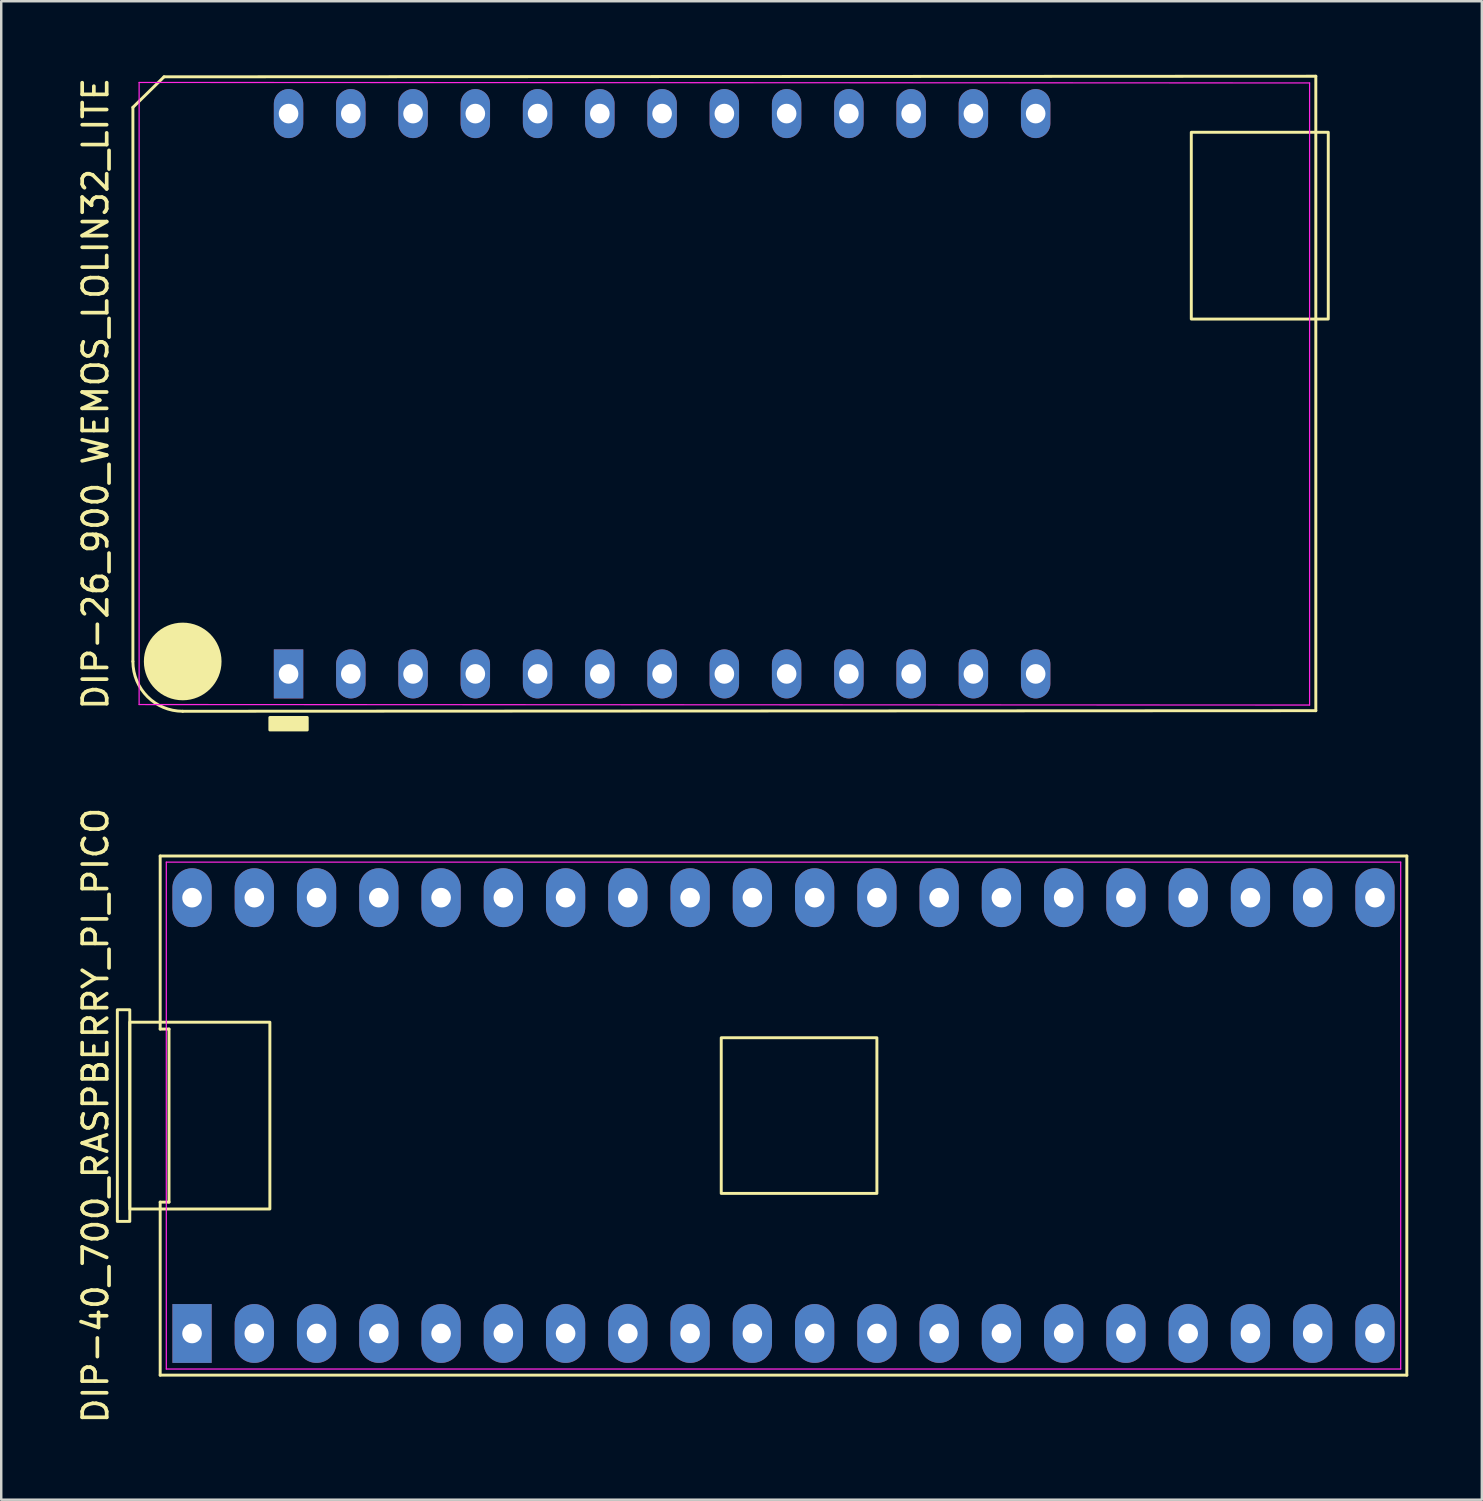
<source format=kicad_pcb>
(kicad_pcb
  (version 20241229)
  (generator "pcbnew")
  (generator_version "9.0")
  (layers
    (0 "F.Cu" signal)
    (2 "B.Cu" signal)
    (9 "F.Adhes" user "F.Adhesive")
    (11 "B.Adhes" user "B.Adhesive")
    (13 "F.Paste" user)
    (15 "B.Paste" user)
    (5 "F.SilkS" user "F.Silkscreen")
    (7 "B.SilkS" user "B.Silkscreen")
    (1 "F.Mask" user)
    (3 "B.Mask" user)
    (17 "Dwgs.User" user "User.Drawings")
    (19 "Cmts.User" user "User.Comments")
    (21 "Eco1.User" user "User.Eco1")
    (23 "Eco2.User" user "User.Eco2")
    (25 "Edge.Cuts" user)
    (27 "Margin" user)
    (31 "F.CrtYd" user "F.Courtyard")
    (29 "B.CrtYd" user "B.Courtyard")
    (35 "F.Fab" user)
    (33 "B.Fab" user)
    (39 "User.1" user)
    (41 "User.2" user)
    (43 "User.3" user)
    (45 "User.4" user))
  (footprint "DIP-26_900_WEMOS_LOLIN32_LITE"
    (layer "F.Cu")
    (at 23.962 13.014)
    (property "Reference" "DIP-26_900_WEMOS_LOLIN32_LITE" (at -23.114 0 90) (layer "F.SilkS") (effects (font (size 1 1) (thickness 0.15))))
    (attr through_hole)
    (fp_line (start -21.59 -11.684) (end -21.59 10.922) (stroke (width 0.12) (type default)) (layer "F.SilkS"))
    (fp_line (start -21.59 -11.684) (end -20.32 -12.93) (stroke (width 0.12) (type default)) (layer "F.SilkS"))
    (fp_line (start -19.558 12.954) (end 26.67 12.93) (stroke (width 0.12) (type default)) (layer "F.SilkS"))
    (fp_line (start 26.67 -12.954) (end -20.32 -12.93) (stroke (width 0.12) (type default)) (layer "F.SilkS"))
    (fp_line (start 26.67 12.93) (end 26.67 -12.954) (stroke (width 0.12) (type default)) (layer "F.SilkS"))
    (fp_rect (start -16.002 13.208) (end -14.478 13.716) (stroke (width 0.12) (type solid)) (fill yes) (layer "F.SilkS"))
    (fp_rect (start 27.178 -10.668) (end 21.59 -3.048) (stroke (width 0.12) (type default)) (fill no) (layer "F.SilkS"))
    (fp_arc (start -19.558 12.954) (mid -20.994841 12.358841) (end -21.59 10.922) (stroke (width 0.12) (type default)) (layer "F.SilkS"))
    (fp_circle (center -19.558 10.922) (end -18.034 10.922) (stroke (width 0.12) (type solid)) (fill yes) (layer "F.SilkS"))
    (fp_line (start -21.336 -12.7) (end 26.416 -12.68) (stroke (width 0.05) (type default)) (layer "F.CrtYd"))
    (fp_line (start -21.336 12.68) (end -21.336 -12.7) (stroke (width 0.05) (type default)) (layer "F.CrtYd"))
    (fp_line (start 26.416 -12.68) (end 26.416 12.7) (stroke (width 0.05) (type default)) (layer "F.CrtYd"))
    (fp_line (start 26.416 12.7) (end -21.336 12.68) (stroke (width 0.05) (type default)) (layer "F.CrtYd"))
    (pad "1" thru_hole rect (at -15.24 11.43) (size 1.2 2) (drill 0.8) (layers "*.Cu" "*.Mask"))
    (pad "2" thru_hole oval (at -12.7 11.43) (size 1.2 2) (drill 0.8) (layers "*.Cu" "*.Mask"))
    (pad "3" thru_hole oval (at -10.16 11.43) (size 1.2 2) (drill 0.8) (layers "*.Cu" "*.Mask"))
    (pad "4" thru_hole oval (at -7.62 11.43) (size 1.2 2) (drill 0.8) (layers "*.Cu" "*.Mask"))
    (pad "5" thru_hole oval (at -5.08 11.43) (size 1.2 2) (drill 0.8) (layers "*.Cu" "*.Mask"))
    (pad "6" thru_hole oval (at -2.54 11.43) (size 1.2 2) (drill 0.8) (layers "*.Cu" "*.Mask"))
    (pad "7" thru_hole oval (at 0 11.43) (size 1.2 2) (drill 0.8) (layers "*.Cu" "*.Mask"))
    (pad "8" thru_hole oval (at 2.54 11.43) (size 1.2 2) (drill 0.8) (layers "*.Cu" "*.Mask"))
    (pad "9" thru_hole oval (at 5.08 11.43) (size 1.2 2) (drill 0.8) (layers "*.Cu" "*.Mask"))
    (pad "10" thru_hole oval (at 7.62 11.43) (size 1.2 2) (drill 0.8) (layers "*.Cu" "*.Mask"))
    (pad "11" thru_hole oval (at 10.16 11.43) (size 1.2 2) (drill 0.8) (layers "*.Cu" "*.Mask"))
    (pad "12" thru_hole oval (at 12.7 11.43) (size 1.2 2) (drill 0.8) (layers "*.Cu" "*.Mask"))
    (pad "13" thru_hole oval (at 15.24 11.43) (size 1.2 2) (drill 0.8) (layers "*.Cu" "*.Mask"))
    (pad "14" thru_hole oval (at 15.24 -11.43) (size 1.2 2) (drill 0.8) (layers "*.Cu" "*.Mask"))
    (pad "15" thru_hole oval (at 12.7 -11.43) (size 1.2 2) (drill 0.8) (layers "*.Cu" "*.Mask"))
    (pad "16" thru_hole oval (at 10.16 -11.43) (size 1.2 2) (drill 0.8) (layers "*.Cu" "*.Mask"))
    (pad "17" thru_hole oval (at 7.62 -11.43) (size 1.2 2) (drill 0.8) (layers "*.Cu" "*.Mask"))
    (pad "18" thru_hole oval (at 5.08 -11.43) (size 1.2 2) (drill 0.8) (layers "*.Cu" "*.Mask"))
    (pad "19" thru_hole oval (at 2.54 -11.43) (size 1.2 2) (drill 0.8) (layers "*.Cu" "*.Mask"))
    (pad "20" thru_hole oval (at 0 -11.43) (size 1.2 2) (drill 0.8) (layers "*.Cu" "*.Mask"))
    (pad "21" thru_hole oval (at -2.54 -11.43) (size 1.2 2) (drill 0.8) (layers "*.Cu" "*.Mask"))
    (pad "22" thru_hole oval (at -5.08 -11.43) (size 1.2 2) (drill 0.8) (layers "*.Cu" "*.Mask"))
    (pad "23" thru_hole oval (at -7.62 -11.43) (size 1.2 2) (drill 0.8) (layers "*.Cu" "*.Mask"))
    (pad "24" thru_hole oval (at -10.16 -11.43) (size 1.2 2) (drill 0.8) (layers "*.Cu" "*.Mask"))
    (pad "25" thru_hole oval (at -12.7 -11.43) (size 1.2 2) (drill 0.8) (layers "*.Cu" "*.Mask"))
    (pad "26" thru_hole oval (at -15.24 -11.43) (size 1.2 2) (drill 0.8) (layers "*.Cu" "*.Mask")))
  (footprint "DIP-40_700_RASPBERRY_PI_PICO"
    (layer "F.Cu")
    (at 28.915 42.463)
    (property "Reference" "DIP-40_700_RASPBERRY_PI_PICO" (at -28.067 0 90) (layer "F.SilkS") (effects (font (size 1 1) (thickness 0.15))))
    (attr through_hole)
    (fp_line (start -25.43 -10.59) (end -25.43 -3.53) (stroke (width 0.12) (type solid)) (layer "F.SilkS"))
    (fp_line (start -25.43 -3.53) (end -25.07 -3.53) (stroke (width 0.12) (type solid)) (layer "F.SilkS"))
    (fp_line (start -25.43 3.53) (end -25.43 10.59) (stroke (width 0.12) (type solid)) (layer "F.SilkS"))
    (fp_line (start -25.43 10.59) (end 25.43 10.59) (stroke (width 0.12) (type solid)) (layer "F.SilkS"))
    (fp_line (start -25.07 -3.53) (end -25.07 3.53) (stroke (width 0.12) (type solid)) (layer "F.SilkS"))
    (fp_line (start -25.07 3.53) (end -25.43 3.53) (stroke (width 0.12) (type solid)) (layer "F.SilkS"))
    (fp_line (start 25.43 -10.59) (end -25.43 -10.59) (stroke (width 0.12) (type solid)) (layer "F.SilkS"))
    (fp_line (start 25.43 10.59) (end 25.43 -10.59) (stroke (width 0.12) (type solid)) (layer "F.SilkS"))
    (fp_rect (start -26.67 -4.318) (end -27.178 4.318) (stroke (width 0.12) (type solid)) (fill no) (layer "F.SilkS"))
    (fp_rect (start -26.67 -3.81) (end -20.955 3.81) (stroke (width 0.12) (type solid)) (fill no) (layer "F.SilkS"))
    (fp_rect (start -2.54 3.175) (end 3.81 -3.175) (stroke (width 0.12) (type solid)) (fill no) (layer "F.SilkS"))
    (fp_line (start -25.18 -10.34) (end 25.18 -10.34) (stroke (width 0.05) (type solid)) (layer "F.CrtYd"))
    (fp_line (start -25.18 10.34) (end -25.18 -10.34) (stroke (width 0.05) (type solid)) (layer "F.CrtYd"))
    (fp_line (start 25.18 -10.34) (end 25.18 10.34) (stroke (width 0.05) (type solid)) (layer "F.CrtYd"))
    (fp_line (start 25.18 10.34) (end -25.18 10.34) (stroke (width 0.05) (type solid)) (layer "F.CrtYd"))
    (pad "1" thru_hole rect (at -24.13 8.89) (size 1.6 2.4) (drill 0.8) (layers "*.Cu" "*.Mask"))
    (pad "2" thru_hole oval (at -21.59 8.89) (size 1.6 2.4) (drill 0.8) (layers "*.Cu" "*.Mask"))
    (pad "3" thru_hole oval (at -19.05 8.89) (size 1.6 2.4) (drill 0.8) (layers "*.Cu" "*.Mask"))
    (pad "4" thru_hole oval (at -16.51 8.89) (size 1.6 2.4) (drill 0.8) (layers "*.Cu" "*.Mask"))
    (pad "5" thru_hole oval (at -13.97 8.89) (size 1.6 2.4) (drill 0.8) (layers "*.Cu" "*.Mask"))
    (pad "6" thru_hole oval (at -11.43 8.89) (size 1.6 2.4) (drill 0.8) (layers "*.Cu" "*.Mask"))
    (pad "7" thru_hole oval (at -8.89 8.89) (size 1.6 2.4) (drill 0.8) (layers "*.Cu" "*.Mask"))
    (pad "8" thru_hole oval (at -6.35 8.89) (size 1.6 2.4) (drill 0.8) (layers "*.Cu" "*.Mask"))
    (pad "9" thru_hole oval (at -3.81 8.89) (size 1.6 2.4) (drill 0.8) (layers "*.Cu" "*.Mask"))
    (pad "10" thru_hole oval (at -1.27 8.89) (size 1.6 2.4) (drill 0.8) (layers "*.Cu" "*.Mask"))
    (pad "11" thru_hole oval (at 1.27 8.89) (size 1.6 2.4) (drill 0.8) (layers "*.Cu" "*.Mask"))
    (pad "12" thru_hole oval (at 3.81 8.89) (size 1.6 2.4) (drill 0.8) (layers "*.Cu" "*.Mask"))
    (pad "13" thru_hole oval (at 6.35 8.89) (size 1.6 2.4) (drill 0.8) (layers "*.Cu" "*.Mask"))
    (pad "14" thru_hole oval (at 8.89 8.89) (size 1.6 2.4) (drill 0.8) (layers "*.Cu" "*.Mask"))
    (pad "15" thru_hole oval (at 11.43 8.89) (size 1.6 2.4) (drill 0.8) (layers "*.Cu" "*.Mask"))
    (pad "16" thru_hole oval (at 13.97 8.89) (size 1.6 2.4) (drill 0.8) (layers "*.Cu" "*.Mask"))
    (pad "17" thru_hole oval (at 16.51 8.89) (size 1.6 2.4) (drill 0.8) (layers "*.Cu" "*.Mask"))
    (pad "18" thru_hole oval (at 19.05 8.89) (size 1.6 2.4) (drill 0.8) (layers "*.Cu" "*.Mask"))
    (pad "19" thru_hole oval (at 21.59 8.89) (size 1.6 2.4) (drill 0.8) (layers "*.Cu" "*.Mask"))
    (pad "20" thru_hole oval (at 24.13 8.89) (size 1.6 2.4) (drill 0.8) (layers "*.Cu" "*.Mask"))
    (pad "21" thru_hole oval (at 24.13 -8.89) (size 1.6 2.4) (drill 0.8) (layers "*.Cu" "*.Mask"))
    (pad "22" thru_hole oval (at 21.59 -8.89) (size 1.6 2.4) (drill 0.8) (layers "*.Cu" "*.Mask"))
    (pad "23" thru_hole oval (at 19.05 -8.89) (size 1.6 2.4) (drill 0.8) (layers "*.Cu" "*.Mask"))
    (pad "24" thru_hole oval (at 16.51 -8.89) (size 1.6 2.4) (drill 0.8) (layers "*.Cu" "*.Mask"))
    (pad "25" thru_hole oval (at 13.97 -8.89) (size 1.6 2.4) (drill 0.8) (layers "*.Cu" "*.Mask"))
    (pad "26" thru_hole oval (at 11.43 -8.89) (size 1.6 2.4) (drill 0.8) (layers "*.Cu" "*.Mask"))
    (pad "27" thru_hole oval (at 8.89 -8.89) (size 1.6 2.4) (drill 0.8) (layers "*.Cu" "*.Mask"))
    (pad "28" thru_hole oval (at 6.35 -8.89) (size 1.6 2.4) (drill 0.8) (layers "*.Cu" "*.Mask"))
    (pad "29" thru_hole oval (at 3.81 -8.89) (size 1.6 2.4) (drill 0.8) (layers "*.Cu" "*.Mask"))
    (pad "30" thru_hole oval (at 1.27 -8.89) (size 1.6 2.4) (drill 0.8) (layers "*.Cu" "*.Mask"))
    (pad "31" thru_hole oval (at -1.27 -8.89) (size 1.6 2.4) (drill 0.8) (layers "*.Cu" "*.Mask"))
    (pad "32" thru_hole oval (at -3.81 -8.89) (size 1.6 2.4) (drill 0.8) (layers "*.Cu" "*.Mask"))
    (pad "33" thru_hole oval (at -6.35 -8.89) (size 1.6 2.4) (drill 0.8) (layers "*.Cu" "*.Mask"))
    (pad "34" thru_hole oval (at -8.89 -8.89) (size 1.6 2.4) (drill 0.8) (layers "*.Cu" "*.Mask"))
    (pad "35" thru_hole oval (at -11.43 -8.89) (size 1.6 2.4) (drill 0.8) (layers "*.Cu" "*.Mask"))
    (pad "36" thru_hole oval (at -13.97 -8.89) (size 1.6 2.4) (drill 0.8) (layers "*.Cu" "*.Mask"))
    (pad "37" thru_hole oval (at -16.51 -8.89) (size 1.6 2.4) (drill 0.8) (layers "*.Cu" "*.Mask"))
    (pad "38" thru_hole oval (at -19.05 -8.89) (size 1.6 2.4) (drill 0.8) (layers "*.Cu" "*.Mask"))
    (pad "39" thru_hole oval (at -21.59 -8.89) (size 1.6 2.4) (drill 0.8) (layers "*.Cu" "*.Mask"))
    (pad "40" thru_hole oval (at -24.13 -8.89) (size 1.6 2.4) (drill 0.8) (layers "*.Cu" "*.Mask")))
  (gr_rect
    (start -3 -3)
    (end 57.405 58.135)
    (stroke (width 0.1) (type default))
    (fill no)
    (layer "Edge.Cuts")))
</source>
